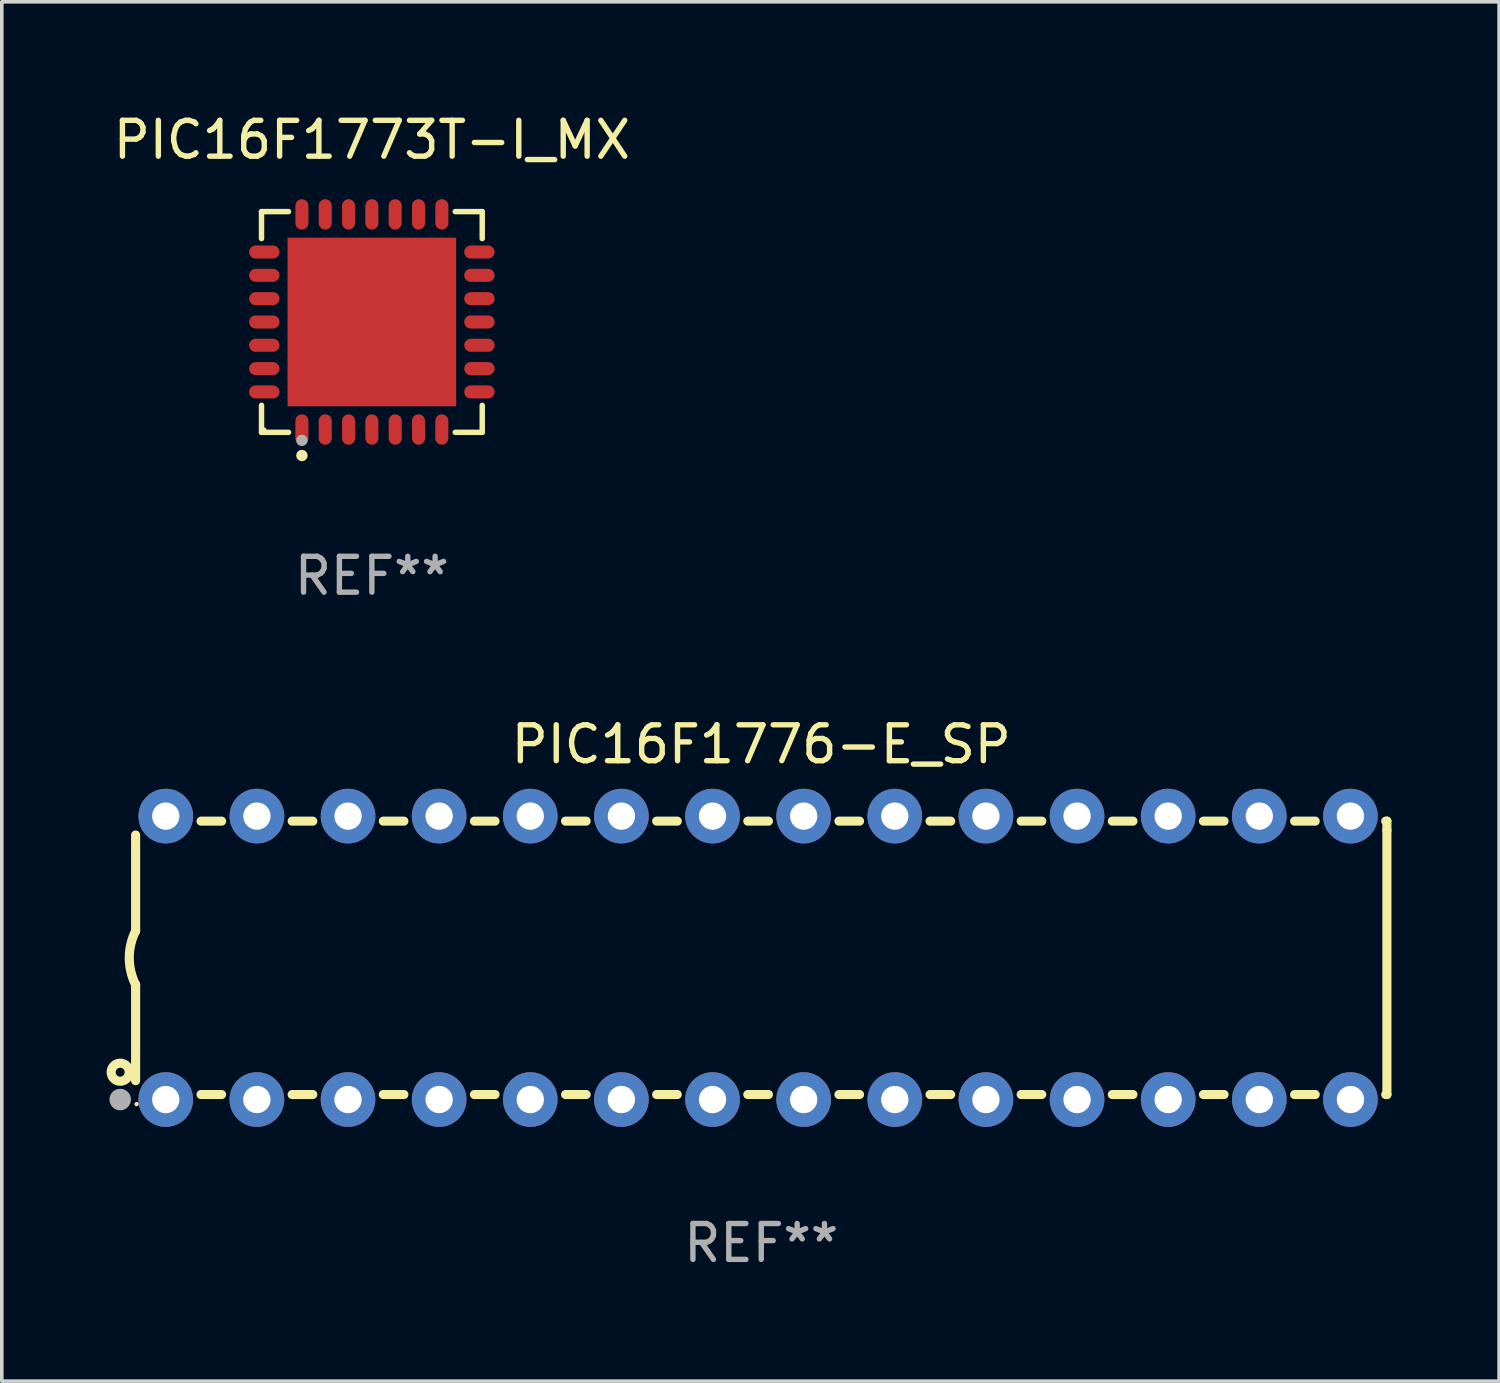
<source format=kicad_pcb>
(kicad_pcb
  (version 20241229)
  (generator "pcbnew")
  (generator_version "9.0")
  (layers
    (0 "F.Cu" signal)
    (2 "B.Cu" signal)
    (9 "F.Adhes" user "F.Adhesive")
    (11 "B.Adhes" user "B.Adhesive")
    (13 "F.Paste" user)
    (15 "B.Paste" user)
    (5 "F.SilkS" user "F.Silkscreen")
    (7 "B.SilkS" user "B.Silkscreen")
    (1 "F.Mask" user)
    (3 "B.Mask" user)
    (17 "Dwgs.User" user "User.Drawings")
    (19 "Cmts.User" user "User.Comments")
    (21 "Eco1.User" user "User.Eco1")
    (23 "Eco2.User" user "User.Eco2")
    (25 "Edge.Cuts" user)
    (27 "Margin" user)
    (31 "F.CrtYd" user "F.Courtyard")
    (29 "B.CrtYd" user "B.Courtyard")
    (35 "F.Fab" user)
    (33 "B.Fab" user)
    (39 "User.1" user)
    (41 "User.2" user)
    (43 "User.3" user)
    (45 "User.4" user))
  (footprint "PIC16F1773T-I_MX"
    (layer "F.Cu")
    (at 7.315 5.924)
    (property "Reference" "PIC16F1773T-I_MX" (at 0 -5.076 0) (layer "F.SilkS") (effects (font (size 1 1) (thickness 0.15))))
    (attr through_hole)
    (fp_line (start -3.076 -3.076) (end -2.323 -3.076) (stroke (width 0.152) (type solid)) (layer "F.SilkS"))
    (fp_line (start -3.076 -2.323) (end -3.076 -3.076) (stroke (width 0.152) (type solid)) (layer "F.SilkS"))
    (fp_line (start -3.076 2.323) (end -3.076 3.076) (stroke (width 0.152) (type solid)) (layer "F.SilkS"))
    (fp_line (start -3.076 3.076) (end -2.323 3.076) (stroke (width 0.152) (type solid)) (layer "F.SilkS"))
    (fp_line (start 3.076 -3.076) (end 2.323 -3.076) (stroke (width 0.152) (type solid)) (layer "F.SilkS"))
    (fp_line (start 3.076 -2.323) (end 3.076 -3.076) (stroke (width 0.152) (type solid)) (layer "F.SilkS"))
    (fp_line (start 3.076 2.323) (end 3.076 3.076) (stroke (width 0.152) (type solid)) (layer "F.SilkS"))
    (fp_line (start 3.076 3.076) (end 2.323 3.076) (stroke (width 0.152) (type solid)) (layer "F.SilkS"))
    (fp_circle (center -3 3) (end -2.97 3) (stroke (width 0.06) (type solid)) (fill no) (layer "F.SilkS"))
    (fp_circle (center -1.95 3.722) (end -1.87 3.722) (stroke (width 0.16) (type solid)) (fill no) (layer "F.SilkS"))
    (fp_circle (center -1.95 3.3) (end -1.87 3.3) (stroke (width 0.16) (type solid)) (fill no) (layer "F.Fab"))
    (fp_text user "REF**" (at 0 7.076 0) (layer "F.Fab") (effects (font (size 1 1) (thickness 0.15))))
    (pad "1" smd oval (at -1.95 2.998) (size 0.364 0.847) (layers "F.Cu" "F.Mask" "F.Paste"))
    (pad "2" smd oval (at -1.3 2.998) (size 0.364 0.847) (layers "F.Cu" "F.Mask" "F.Paste"))
    (pad "3" smd oval (at -0.65 2.998) (size 0.364 0.847) (layers "F.Cu" "F.Mask" "F.Paste"))
    (pad "4" smd oval (at 0 2.998) (size 0.364 0.847) (layers "F.Cu" "F.Mask" "F.Paste"))
    (pad "5" smd oval (at 0.65 2.998) (size 0.364 0.847) (layers "F.Cu" "F.Mask" "F.Paste"))
    (pad "6" smd oval (at 1.3 2.998) (size 0.364 0.847) (layers "F.Cu" "F.Mask" "F.Paste"))
    (pad "7" smd oval (at 1.95 2.998) (size 0.364 0.847) (layers "F.Cu" "F.Mask" "F.Paste"))
    (pad "8" smd oval (at 2.998 1.95) (size 0.847 0.364) (layers "F.Cu" "F.Mask" "F.Paste"))
    (pad "9" smd oval (at 2.998 1.3) (size 0.847 0.364) (layers "F.Cu" "F.Mask" "F.Paste"))
    (pad "10" smd oval (at 2.998 0.65) (size 0.847 0.364) (layers "F.Cu" "F.Mask" "F.Paste"))
    (pad "11" smd oval (at 2.998 0) (size 0.847 0.364) (layers "F.Cu" "F.Mask" "F.Paste"))
    (pad "12" smd oval (at 2.998 -0.65) (size 0.847 0.364) (layers "F.Cu" "F.Mask" "F.Paste"))
    (pad "13" smd oval (at 2.998 -1.3) (size 0.847 0.364) (layers "F.Cu" "F.Mask" "F.Paste"))
    (pad "14" smd oval (at 2.998 -1.95) (size 0.847 0.364) (layers "F.Cu" "F.Mask" "F.Paste"))
    (pad "15" smd oval (at 1.95 -2.998) (size 0.364 0.847) (layers "F.Cu" "F.Mask" "F.Paste"))
    (pad "16" smd oval (at 1.3 -2.998) (size 0.364 0.847) (layers "F.Cu" "F.Mask" "F.Paste"))
    (pad "17" smd oval (at 0.65 -2.998) (size 0.364 0.847) (layers "F.Cu" "F.Mask" "F.Paste"))
    (pad "18" smd oval (at 0 -2.998) (size 0.364 0.847) (layers "F.Cu" "F.Mask" "F.Paste"))
    (pad "19" smd oval (at -0.65 -2.998) (size 0.364 0.847) (layers "F.Cu" "F.Mask" "F.Paste"))
    (pad "20" smd oval (at -1.3 -2.998) (size 0.364 0.847) (layers "F.Cu" "F.Mask" "F.Paste"))
    (pad "21" smd oval (at -1.95 -2.998) (size 0.364 0.847) (layers "F.Cu" "F.Mask" "F.Paste"))
    (pad "22" smd oval (at -2.998 -1.95) (size 0.847 0.364) (layers "F.Cu" "F.Mask" "F.Paste"))
    (pad "23" smd oval (at -2.998 -1.3) (size 0.847 0.364) (layers "F.Cu" "F.Mask" "F.Paste"))
    (pad "24" smd oval (at -2.998 -0.65) (size 0.847 0.364) (layers "F.Cu" "F.Mask" "F.Paste"))
    (pad "25" smd oval (at -2.998 0) (size 0.847 0.364) (layers "F.Cu" "F.Mask" "F.Paste"))
    (pad "26" smd oval (at -2.998 0.65) (size 0.847 0.364) (layers "F.Cu" "F.Mask" "F.Paste"))
    (pad "27" smd oval (at -2.998 1.3) (size 0.847 0.364) (layers "F.Cu" "F.Mask" "F.Paste"))
    (pad "28" smd oval (at -2.998 1.95) (size 0.847 0.364) (layers "F.Cu" "F.Mask" "F.Paste"))
    (pad "29" smd rect (at 0 0) (size 4.7 4.7) (layers "F.Cu" "F.Mask" "F.Paste")))
  (footprint "PIC16F1776-E_SP"
    (layer "F.Cu")
    (at 18.168 23.647)
    (property "Reference" "PIC16F1776-E_SP" (at 0 -5.95 0) (layer "F.SilkS") (effects (font (size 1 1) (thickness 0.15))))
    (attr through_hole)
    (fp_line (start -17.438 0.75) (end -17.438 3.423) (stroke (width 0.254) (type solid)) (layer "F.SilkS"))
    (fp_line (start -17.438 -3.423) (end -17.438 -0.75) (stroke (width 0.254) (type solid)) (layer "F.SilkS"))
    (fp_line (start -15.615 3.81) (end -15.041 3.81) (stroke (width 0.254) (type solid)) (layer "F.SilkS"))
    (fp_line (start -15.041 -3.81) (end -15.614 -3.81) (stroke (width 0.254) (type solid)) (layer "F.SilkS"))
    (fp_line (start -13.075 3.81) (end -12.501 3.81) (stroke (width 0.254) (type solid)) (layer "F.SilkS"))
    (fp_line (start -12.501 -3.81) (end -13.074 -3.81) (stroke (width 0.254) (type solid)) (layer "F.SilkS"))
    (fp_line (start -10.535 3.81) (end -9.961 3.81) (stroke (width 0.254) (type solid)) (layer "F.SilkS"))
    (fp_line (start -9.961 -3.81) (end -10.534 -3.81) (stroke (width 0.254) (type solid)) (layer "F.SilkS"))
    (fp_line (start -7.995 3.81) (end -7.421 3.81) (stroke (width 0.254) (type solid)) (layer "F.SilkS"))
    (fp_line (start -7.421 -3.81) (end -7.995 -3.81) (stroke (width 0.254) (type solid)) (layer "F.SilkS"))
    (fp_line (start -5.455 3.81) (end -4.881 3.81) (stroke (width 0.254) (type solid)) (layer "F.SilkS"))
    (fp_line (start -4.881 -3.81) (end -5.455 -3.81) (stroke (width 0.254) (type solid)) (layer "F.SilkS"))
    (fp_line (start -2.915 3.81) (end -2.341 3.81) (stroke (width 0.254) (type solid)) (layer "F.SilkS"))
    (fp_line (start -2.341 -3.81) (end -2.915 -3.81) (stroke (width 0.254) (type solid)) (layer "F.SilkS"))
    (fp_line (start -0.375 3.81) (end 0.199 3.81) (stroke (width 0.254) (type solid)) (layer "F.SilkS"))
    (fp_line (start 0.199 -3.81) (end -0.375 -3.81) (stroke (width 0.254) (type solid)) (layer "F.SilkS"))
    (fp_line (start 2.165 3.81) (end 2.739 3.81) (stroke (width 0.254) (type solid)) (layer "F.SilkS"))
    (fp_line (start 2.739 -3.81) (end 2.165 -3.81) (stroke (width 0.254) (type solid)) (layer "F.SilkS"))
    (fp_line (start 4.705 3.81) (end 5.279 3.81) (stroke (width 0.254) (type solid)) (layer "F.SilkS"))
    (fp_line (start 5.279 -3.81) (end 4.705 -3.81) (stroke (width 0.254) (type solid)) (layer "F.SilkS"))
    (fp_line (start 7.245 3.81) (end 7.819 3.81) (stroke (width 0.254) (type solid)) (layer "F.SilkS"))
    (fp_line (start 7.819 -3.81) (end 7.245 -3.81) (stroke (width 0.254) (type solid)) (layer "F.SilkS"))
    (fp_line (start 9.785 3.81) (end 10.359 3.81) (stroke (width 0.254) (type solid)) (layer "F.SilkS"))
    (fp_line (start 10.359 -3.81) (end 9.785 -3.81) (stroke (width 0.254) (type solid)) (layer "F.SilkS"))
    (fp_line (start 12.325 3.81) (end 12.899 3.81) (stroke (width 0.254) (type solid)) (layer "F.SilkS"))
    (fp_line (start 12.899 -3.81) (end 12.325 -3.81) (stroke (width 0.254) (type solid)) (layer "F.SilkS"))
    (fp_line (start 14.865 3.81) (end 15.439 3.81) (stroke (width 0.254) (type solid)) (layer "F.SilkS"))
    (fp_line (start 15.439 -3.81) (end 14.865 -3.81) (stroke (width 0.254) (type solid)) (layer "F.SilkS"))
    (fp_line (start 17.405 3.81) (end 17.438 3.81) (stroke (width 0.254) (type solid)) (layer "F.SilkS"))
    (fp_line (start 17.438 -3.81) (end 17.405 -3.81) (stroke (width 0.254) (type solid)) (layer "F.SilkS"))
    (fp_line (start 17.438 -3.556) (end 17.438 -3.81) (stroke (width 0.254) (type solid)) (layer "F.SilkS"))
    (fp_line (start 17.438 3.81) (end 17.438 -3.556) (stroke (width 0.254) (type solid)) (layer "F.SilkS"))
    (fp_arc (start -17.437986 0.749657) (mid -17.614887 -0.000024) (end -17.437783 -0.749657) (stroke (width 0.254001) (type solid)) (layer "F.SilkS"))
    (fp_circle (center -17.868 3.188) (end -17.743 3.188) (stroke (width 0.254) (type solid)) (fill no) (layer "F.SilkS"))
    (fp_circle (center -17.411 4.077) (end -17.381 4.077) (stroke (width 0.06) (type solid)) (fill no) (layer "F.SilkS"))
    (fp_circle (center -17.868 3.95) (end -17.718 3.95) (stroke (width 0.3) (type solid)) (fill no) (layer "F.Fab"))
    (fp_text user "REF**" (at 0 7.95 0) (layer "F.Fab") (effects (font (size 1 1) (thickness 0.15))))
    (pad "1" thru_hole circle (at -16.598 3.95) (size 1.524 1.524) (drill 0.762) (layers "*.Cu" "*.Mask"))
    (pad "2" thru_hole circle (at -14.058 3.95) (size 1.524 1.524) (drill 0.762) (layers "*.Cu" "*.Mask"))
    (pad "3" thru_hole circle (at -11.518 3.95) (size 1.524 1.524) (drill 0.762) (layers "*.Cu" "*.Mask"))
    (pad "4" thru_hole circle (at -8.978 3.95) (size 1.524 1.524) (drill 0.762) (layers "*.Cu" "*.Mask"))
    (pad "5" thru_hole circle (at -6.438 3.95) (size 1.524 1.524) (drill 0.762) (layers "*.Cu" "*.Mask"))
    (pad "6" thru_hole circle (at -3.898 3.95) (size 1.524 1.524) (drill 0.762) (layers "*.Cu" "*.Mask"))
    (pad "7" thru_hole circle (at -1.358 3.95) (size 1.524 1.524) (drill 0.762) (layers "*.Cu" "*.Mask"))
    (pad "8" thru_hole circle (at 1.182 3.95) (size 1.524 1.524) (drill 0.762) (layers "*.Cu" "*.Mask"))
    (pad "9" thru_hole circle (at 3.722 3.95) (size 1.524 1.524) (drill 0.762) (layers "*.Cu" "*.Mask"))
    (pad "10" thru_hole circle (at 6.262 3.95) (size 1.524 1.524) (drill 0.762) (layers "*.Cu" "*.Mask"))
    (pad "11" thru_hole circle (at 8.802 3.95) (size 1.524 1.524) (drill 0.762) (layers "*.Cu" "*.Mask"))
    (pad "12" thru_hole circle (at 11.342 3.95) (size 1.524 1.524) (drill 0.762) (layers "*.Cu" "*.Mask"))
    (pad "13" thru_hole circle (at 13.882 3.95) (size 1.524 1.524) (drill 0.762) (layers "*.Cu" "*.Mask"))
    (pad "14" thru_hole circle (at 16.422 3.95) (size 1.524 1.524) (drill 0.762) (layers "*.Cu" "*.Mask"))
    (pad "15" thru_hole circle (at 16.422 -3.95) (size 1.524 1.524) (drill 0.762) (layers "*.Cu" "*.Mask"))
    (pad "16" thru_hole circle (at 13.882 -3.95) (size 1.524 1.524) (drill 0.762) (layers "*.Cu" "*.Mask"))
    (pad "17" thru_hole circle (at 11.342 -3.95) (size 1.524 1.524) (drill 0.762) (layers "*.Cu" "*.Mask"))
    (pad "18" thru_hole circle (at 8.802 -3.95) (size 1.524 1.524) (drill 0.762) (layers "*.Cu" "*.Mask"))
    (pad "19" thru_hole circle (at 6.262 -3.95) (size 1.524 1.524) (drill 0.762) (layers "*.Cu" "*.Mask"))
    (pad "20" thru_hole circle (at 3.722 -3.95) (size 1.524 1.524) (drill 0.762) (layers "*.Cu" "*.Mask"))
    (pad "21" thru_hole circle (at 1.182 -3.95) (size 1.524 1.524) (drill 0.762) (layers "*.Cu" "*.Mask"))
    (pad "22" thru_hole circle (at -1.358 -3.95) (size 1.524 1.524) (drill 0.762) (layers "*.Cu" "*.Mask"))
    (pad "23" thru_hole circle (at -3.898 -3.95) (size 1.524 1.524) (drill 0.762) (layers "*.Cu" "*.Mask"))
    (pad "24" thru_hole circle (at -6.438 -3.95) (size 1.524 1.524) (drill 0.762) (layers "*.Cu" "*.Mask"))
    (pad "25" thru_hole circle (at -8.978 -3.95) (size 1.524 1.524) (drill 0.762) (layers "*.Cu" "*.Mask"))
    (pad "26" thru_hole circle (at -11.517 -3.95) (size 1.524 1.524) (drill 0.762) (layers "*.Cu" "*.Mask"))
    (pad "27" thru_hole circle (at -14.057 -3.95) (size 1.524 1.524) (drill 0.762) (layers "*.Cu" "*.Mask"))
    (pad "28" thru_hole circle (at -16.597 -3.95) (size 1.524 1.524) (drill 0.762) (layers "*.Cu" "*.Mask")))
  (gr_rect
    (start -3 -3)
    (end 38.733 35.445)
    (stroke (width 0.1) (type default))
    (fill no)
    (layer "Edge.Cuts")))
</source>
